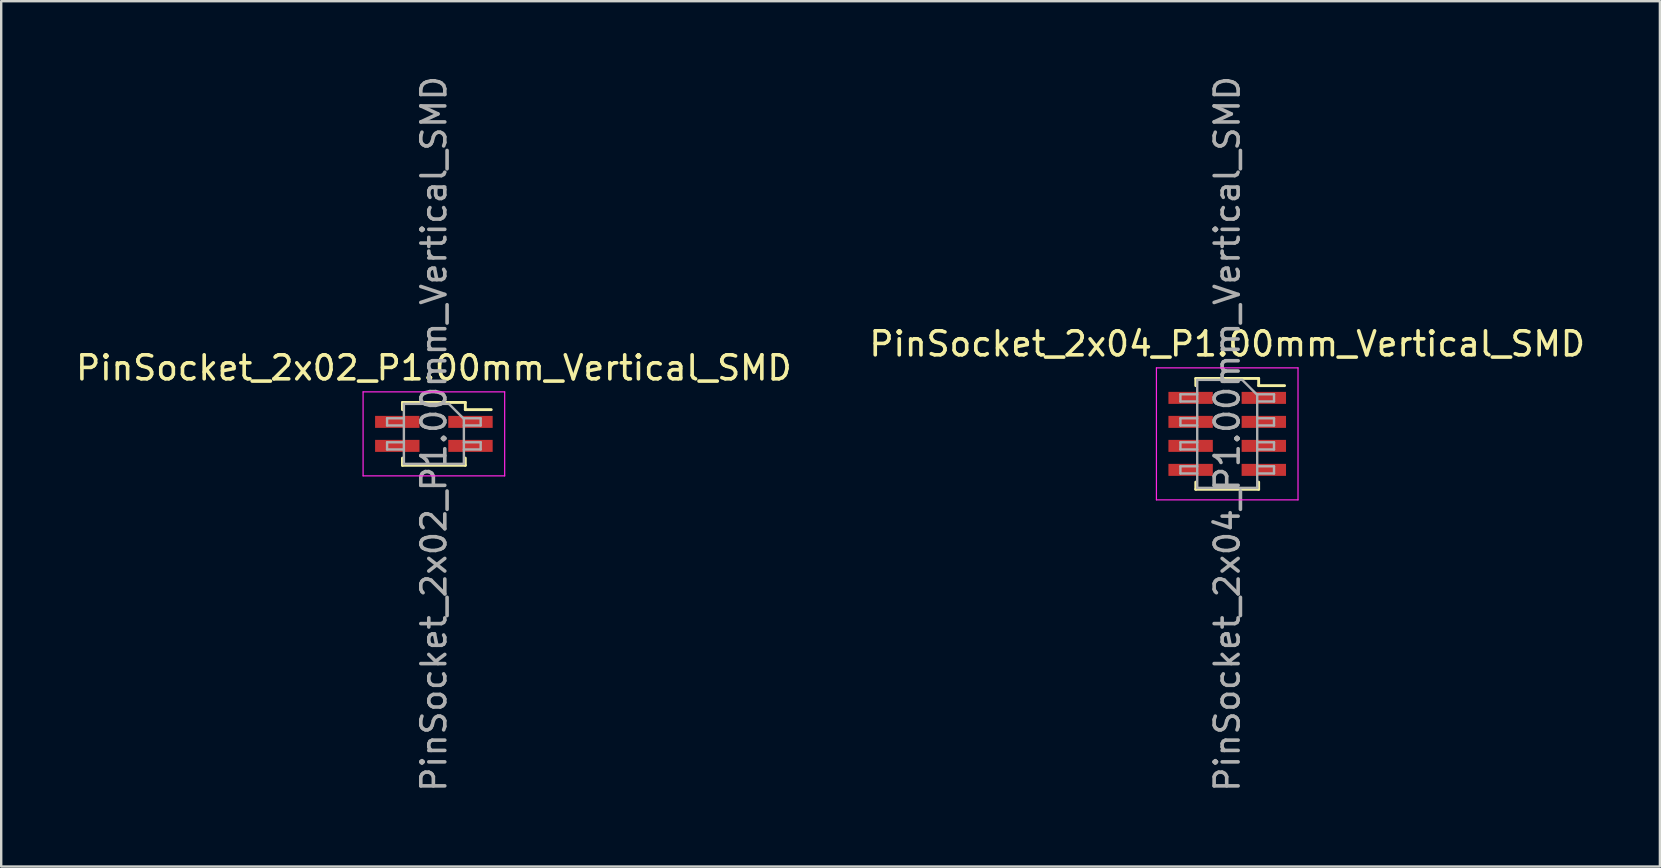
<source format=kicad_pcb>
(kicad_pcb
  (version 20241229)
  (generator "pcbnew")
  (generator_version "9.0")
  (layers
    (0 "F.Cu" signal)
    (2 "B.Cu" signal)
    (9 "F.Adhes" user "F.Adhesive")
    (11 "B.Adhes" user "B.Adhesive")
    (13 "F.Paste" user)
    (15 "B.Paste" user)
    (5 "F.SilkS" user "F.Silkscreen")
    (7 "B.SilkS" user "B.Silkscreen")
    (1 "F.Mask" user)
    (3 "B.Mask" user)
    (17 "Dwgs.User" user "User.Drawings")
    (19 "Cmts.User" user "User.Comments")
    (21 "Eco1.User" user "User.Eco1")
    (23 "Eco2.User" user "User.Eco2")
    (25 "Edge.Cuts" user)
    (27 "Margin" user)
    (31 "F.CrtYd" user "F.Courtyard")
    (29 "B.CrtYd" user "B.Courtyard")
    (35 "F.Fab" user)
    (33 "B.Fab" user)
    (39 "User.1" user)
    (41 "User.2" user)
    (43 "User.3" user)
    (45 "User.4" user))
  (footprint "PinSocket_2x02_P1.00mm_Vertical_SMD"
    (layer "F.Cu")
    (at 15.03 15.03)
    (property "Reference" "PinSocket_2x02_P1.00mm_Vertical_SMD" (at 0 -2.75 0) (layer "F.SilkS") (effects (font (size 1 1) (thickness 0.15))))
    (attr smd)
    (fp_line (start -1.31 -1.31) (end -1.31 -1.01) (stroke (width 0.12) (type solid)) (layer "F.SilkS"))
    (fp_line (start -1.31 -1.31) (end 1.31 -1.31) (stroke (width 0.12) (type solid)) (layer "F.SilkS"))
    (fp_line (start -1.31 1.01) (end -1.31 1.31) (stroke (width 0.12) (type solid)) (layer "F.SilkS"))
    (fp_line (start -1.31 1.31) (end 1.31 1.31) (stroke (width 0.12) (type solid)) (layer "F.SilkS"))
    (fp_line (start 1.31 -1.31) (end 1.31 -1.01) (stroke (width 0.12) (type solid)) (layer "F.SilkS"))
    (fp_line (start 1.31 -1.01) (end 2.39 -1.01) (stroke (width 0.12) (type solid)) (layer "F.SilkS"))
    (fp_line (start 1.31 1.01) (end 1.31 1.31) (stroke (width 0.12) (type solid)) (layer "F.SilkS"))
    (fp_line (start -2.95 -1.75) (end 2.95 -1.75) (stroke (width 0.05) (type solid)) (layer "F.CrtYd"))
    (fp_line (start -2.95 1.75) (end -2.95 -1.75) (stroke (width 0.05) (type solid)) (layer "F.CrtYd"))
    (fp_line (start 2.95 -1.75) (end 2.95 1.75) (stroke (width 0.05) (type solid)) (layer "F.CrtYd"))
    (fp_line (start 2.95 1.75) (end -2.95 1.75) (stroke (width 0.05) (type solid)) (layer "F.CrtYd"))
    (fp_line (start -1.95 -0.65) (end -1.25 -0.65) (stroke (width 0.1) (type solid)) (layer "F.Fab"))
    (fp_line (start -1.95 -0.35) (end -1.95 -0.65) (stroke (width 0.1) (type solid)) (layer "F.Fab"))
    (fp_line (start -1.95 0.35) (end -1.25 0.35) (stroke (width 0.1) (type solid)) (layer "F.Fab"))
    (fp_line (start -1.95 0.65) (end -1.95 0.35) (stroke (width 0.1) (type solid)) (layer "F.Fab"))
    (fp_line (start -1.25 -1.25) (end 0.625 -1.25) (stroke (width 0.1) (type solid)) (layer "F.Fab"))
    (fp_line (start -1.25 -0.35) (end -1.95 -0.35) (stroke (width 0.1) (type solid)) (layer "F.Fab"))
    (fp_line (start -1.25 0.65) (end -1.95 0.65) (stroke (width 0.1) (type solid)) (layer "F.Fab"))
    (fp_line (start -1.25 1.25) (end -1.25 -1.25) (stroke (width 0.1) (type solid)) (layer "F.Fab"))
    (fp_line (start 0.625 -1.25) (end 1.25 -0.625) (stroke (width 0.1) (type solid)) (layer "F.Fab"))
    (fp_line (start 1.25 -0.65) (end 1.95 -0.65) (stroke (width 0.1) (type solid)) (layer "F.Fab"))
    (fp_line (start 1.25 -0.625) (end 1.25 1.25) (stroke (width 0.1) (type solid)) (layer "F.Fab"))
    (fp_line (start 1.25 0.35) (end 1.95 0.35) (stroke (width 0.1) (type solid)) (layer "F.Fab"))
    (fp_line (start 1.25 1.25) (end -1.25 1.25) (stroke (width 0.1) (type solid)) (layer "F.Fab"))
    (fp_line (start 1.95 -0.65) (end 1.95 -0.35) (stroke (width 0.1) (type solid)) (layer "F.Fab"))
    (fp_line (start 1.95 -0.35) (end 1.25 -0.35) (stroke (width 0.1) (type solid)) (layer "F.Fab"))
    (fp_line (start 1.95 0.35) (end 1.95 0.65) (stroke (width 0.1) (type solid)) (layer "F.Fab"))
    (fp_line (start 1.95 0.65) (end 1.25 0.65) (stroke (width 0.1) (type solid)) (layer "F.Fab"))
    (fp_text user "${REFERENCE}" (at 0 0 90) (layer "F.Fab") (effects (font (size 1 1) (thickness 0.15))))
    (pad "1" smd rect (at 1.525 -0.5) (size 1.85 0.5) (layers "F.Cu" "F.Mask" "F.Paste"))
    (pad "2" smd rect (at -1.525 -0.5) (size 1.85 0.5) (layers "F.Cu" "F.Mask" "F.Paste"))
    (pad "3" smd rect (at 1.525 0.5) (size 1.85 0.5) (layers "F.Cu" "F.Mask" "F.Paste"))
    (pad "4" smd rect (at -1.525 0.5) (size 1.85 0.5) (layers "F.Cu" "F.Mask" "F.Paste")))
  (footprint "PinSocket_2x04_P1.00mm_Vertical_SMD"
    (layer "F.Cu")
    (at 48.089 15.03)
    (property "Reference" "PinSocket_2x04_P1.00mm_Vertical_SMD" (at 0 -3.75 0) (layer "F.SilkS") (effects (font (size 1 1) (thickness 0.15))))
    (attr smd)
    (fp_line (start -1.31 -2.31) (end -1.31 -2.01) (stroke (width 0.12) (type solid)) (layer "F.SilkS"))
    (fp_line (start -1.31 -2.31) (end 1.31 -2.31) (stroke (width 0.12) (type solid)) (layer "F.SilkS"))
    (fp_line (start -1.31 2.01) (end -1.31 2.31) (stroke (width 0.12) (type solid)) (layer "F.SilkS"))
    (fp_line (start -1.31 2.31) (end 1.31 2.31) (stroke (width 0.12) (type solid)) (layer "F.SilkS"))
    (fp_line (start 1.31 -2.31) (end 1.31 -2.01) (stroke (width 0.12) (type solid)) (layer "F.SilkS"))
    (fp_line (start 1.31 -2.01) (end 2.39 -2.01) (stroke (width 0.12) (type solid)) (layer "F.SilkS"))
    (fp_line (start 1.31 2.01) (end 1.31 2.31) (stroke (width 0.12) (type solid)) (layer "F.SilkS"))
    (fp_line (start -2.95 -2.75) (end 2.95 -2.75) (stroke (width 0.05) (type solid)) (layer "F.CrtYd"))
    (fp_line (start -2.95 2.75) (end -2.95 -2.75) (stroke (width 0.05) (type solid)) (layer "F.CrtYd"))
    (fp_line (start 2.95 -2.75) (end 2.95 2.75) (stroke (width 0.05) (type solid)) (layer "F.CrtYd"))
    (fp_line (start 2.95 2.75) (end -2.95 2.75) (stroke (width 0.05) (type solid)) (layer "F.CrtYd"))
    (fp_line (start -1.95 -1.65) (end -1.25 -1.65) (stroke (width 0.1) (type solid)) (layer "F.Fab"))
    (fp_line (start -1.95 -1.35) (end -1.95 -1.65) (stroke (width 0.1) (type solid)) (layer "F.Fab"))
    (fp_line (start -1.95 -0.65) (end -1.25 -0.65) (stroke (width 0.1) (type solid)) (layer "F.Fab"))
    (fp_line (start -1.95 -0.35) (end -1.95 -0.65) (stroke (width 0.1) (type solid)) (layer "F.Fab"))
    (fp_line (start -1.95 0.35) (end -1.25 0.35) (stroke (width 0.1) (type solid)) (layer "F.Fab"))
    (fp_line (start -1.95 0.65) (end -1.95 0.35) (stroke (width 0.1) (type solid)) (layer "F.Fab"))
    (fp_line (start -1.95 1.35) (end -1.25 1.35) (stroke (width 0.1) (type solid)) (layer "F.Fab"))
    (fp_line (start -1.95 1.65) (end -1.95 1.35) (stroke (width 0.1) (type solid)) (layer "F.Fab"))
    (fp_line (start -1.25 -2.25) (end 0.625 -2.25) (stroke (width 0.1) (type solid)) (layer "F.Fab"))
    (fp_line (start -1.25 -1.35) (end -1.95 -1.35) (stroke (width 0.1) (type solid)) (layer "F.Fab"))
    (fp_line (start -1.25 -0.35) (end -1.95 -0.35) (stroke (width 0.1) (type solid)) (layer "F.Fab"))
    (fp_line (start -1.25 0.65) (end -1.95 0.65) (stroke (width 0.1) (type solid)) (layer "F.Fab"))
    (fp_line (start -1.25 1.65) (end -1.95 1.65) (stroke (width 0.1) (type solid)) (layer "F.Fab"))
    (fp_line (start -1.25 2.25) (end -1.25 -2.25) (stroke (width 0.1) (type solid)) (layer "F.Fab"))
    (fp_line (start 0.625 -2.25) (end 1.25 -1.625) (stroke (width 0.1) (type solid)) (layer "F.Fab"))
    (fp_line (start 1.25 -1.65) (end 1.95 -1.65) (stroke (width 0.1) (type solid)) (layer "F.Fab"))
    (fp_line (start 1.25 -1.625) (end 1.25 2.25) (stroke (width 0.1) (type solid)) (layer "F.Fab"))
    (fp_line (start 1.25 -0.65) (end 1.95 -0.65) (stroke (width 0.1) (type solid)) (layer "F.Fab"))
    (fp_line (start 1.25 0.35) (end 1.95 0.35) (stroke (width 0.1) (type solid)) (layer "F.Fab"))
    (fp_line (start 1.25 1.35) (end 1.95 1.35) (stroke (width 0.1) (type solid)) (layer "F.Fab"))
    (fp_line (start 1.25 2.25) (end -1.25 2.25) (stroke (width 0.1) (type solid)) (layer "F.Fab"))
    (fp_line (start 1.95 -1.65) (end 1.95 -1.35) (stroke (width 0.1) (type solid)) (layer "F.Fab"))
    (fp_line (start 1.95 -1.35) (end 1.25 -1.35) (stroke (width 0.1) (type solid)) (layer "F.Fab"))
    (fp_line (start 1.95 -0.65) (end 1.95 -0.35) (stroke (width 0.1) (type solid)) (layer "F.Fab"))
    (fp_line (start 1.95 -0.35) (end 1.25 -0.35) (stroke (width 0.1) (type solid)) (layer "F.Fab"))
    (fp_line (start 1.95 0.35) (end 1.95 0.65) (stroke (width 0.1) (type solid)) (layer "F.Fab"))
    (fp_line (start 1.95 0.65) (end 1.25 0.65) (stroke (width 0.1) (type solid)) (layer "F.Fab"))
    (fp_line (start 1.95 1.35) (end 1.95 1.65) (stroke (width 0.1) (type solid)) (layer "F.Fab"))
    (fp_line (start 1.95 1.65) (end 1.25 1.65) (stroke (width 0.1) (type solid)) (layer "F.Fab"))
    (fp_text user "${REFERENCE}" (at 0 0 90) (layer "F.Fab") (effects (font (size 1 1) (thickness 0.15))))
    (pad "1" smd rect (at 1.525 -1.5) (size 1.85 0.5) (layers "F.Cu" "F.Mask" "F.Paste"))
    (pad "2" smd rect (at -1.525 -1.5) (size 1.85 0.5) (layers "F.Cu" "F.Mask" "F.Paste"))
    (pad "3" smd rect (at 1.525 -0.5) (size 1.85 0.5) (layers "F.Cu" "F.Mask" "F.Paste"))
    (pad "4" smd rect (at -1.525 -0.5) (size 1.85 0.5) (layers "F.Cu" "F.Mask" "F.Paste"))
    (pad "5" smd rect (at 1.525 0.5) (size 1.85 0.5) (layers "F.Cu" "F.Mask" "F.Paste"))
    (pad "6" smd rect (at -1.525 0.5) (size 1.85 0.5) (layers "F.Cu" "F.Mask" "F.Paste"))
    (pad "7" smd rect (at 1.525 1.5) (size 1.85 0.5) (layers "F.Cu" "F.Mask" "F.Paste"))
    (pad "8" smd rect (at -1.525 1.5) (size 1.85 0.5) (layers "F.Cu" "F.Mask" "F.Paste")))
  (gr_rect
    (start -3 -3)
    (end 66.119 33.06)
    (stroke (width 0.1) (type default))
    (fill no)
    (layer "Edge.Cuts")))
</source>
